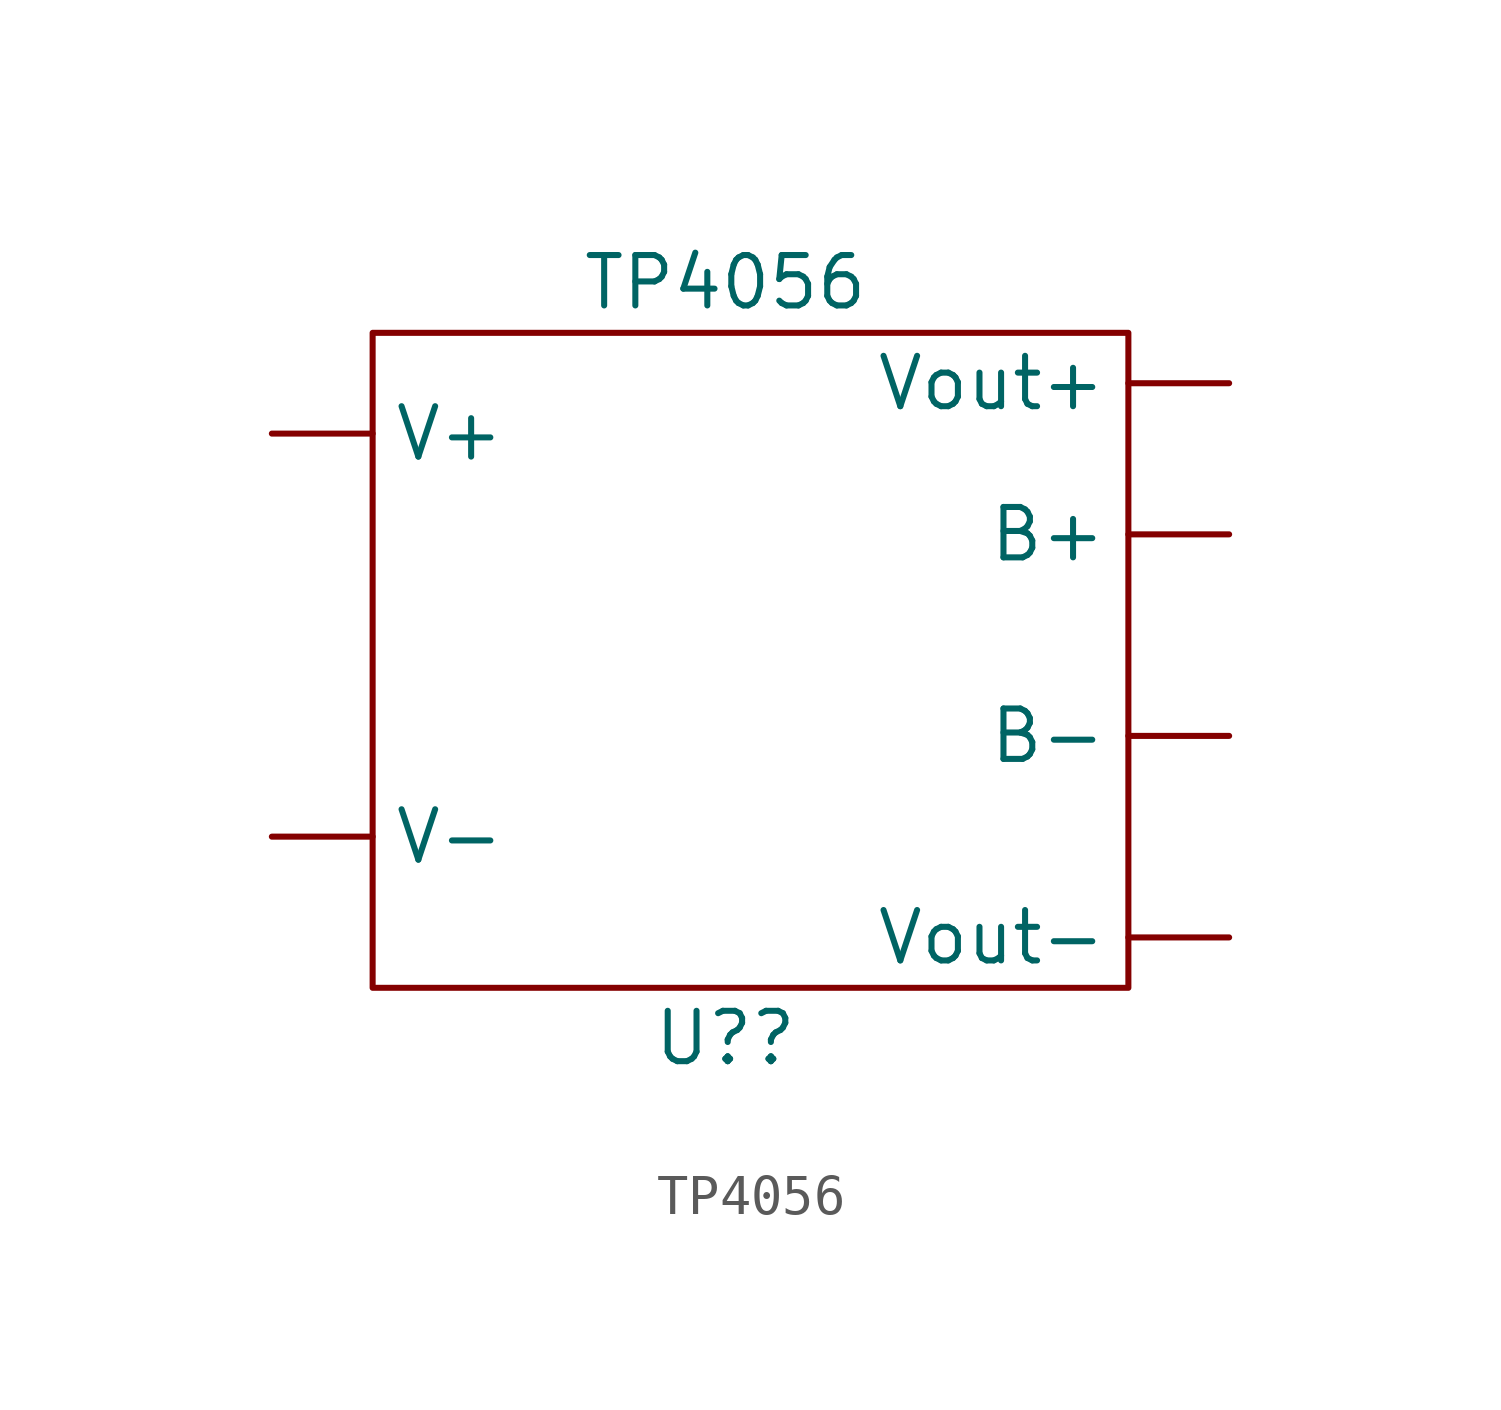
<source format=kicad_sym>
(kicad_symbol_lib
  (version 20211014)
  (generator kicad_symbol_editor)
  (symbol "TP4056"
    (property "Reference" "U?"
      (at 0 -20.32 0)
      (effects (font (size 1.27 1.27))))
    (property "Value" "TP4056"
      (at 0 -1.27 0)
      (effects (font (size 1.27 1.27))))
    (symbol "TP4056_0_1"
      (rectangle (start -8.89 -2.54) (end 10.16 -19.05) (stroke (width 0) (type default) (color 0 0 0 0)) (fill (type none))))
    (symbol "TP4056_1_1"
      (pin input line (at 12.7 -7.62 180) (length 2.54) (name "B+" (effects (font (size 1.27 1.27)))) (number "" (effects (font (size 1.27 1.27)))))
      (pin input line (at 12.7 -12.7 180) (length 2.54) (name "B-" (effects (font (size 1.27 1.27)))) (number "" (effects (font (size 1.27 1.27)))))
      (pin input line (at -11.43 -5.08 0) (length 2.54) (name "V+" (effects (font (size 1.27 1.27)))) (number "" (effects (font (size 1.27 1.27)))))
      (pin input line (at -11.43 -15.24 0) (length 2.54) (name "V-" (effects (font (size 1.27 1.27)))) (number "" (effects (font (size 1.27 1.27)))))
      (pin input line (at 12.7 -3.81 180) (length 2.54) (name "Vout+" (effects (font (size 1.27 1.27)))) (number "" (effects (font (size 1.27 1.27)))))
      (pin input line (at 12.7 -17.78 180) (length 2.54) (name "Vout-" (effects (font (size 1.27 1.27)))) (number "" (effects (font (size 1.27 1.27))))))))
</source>
